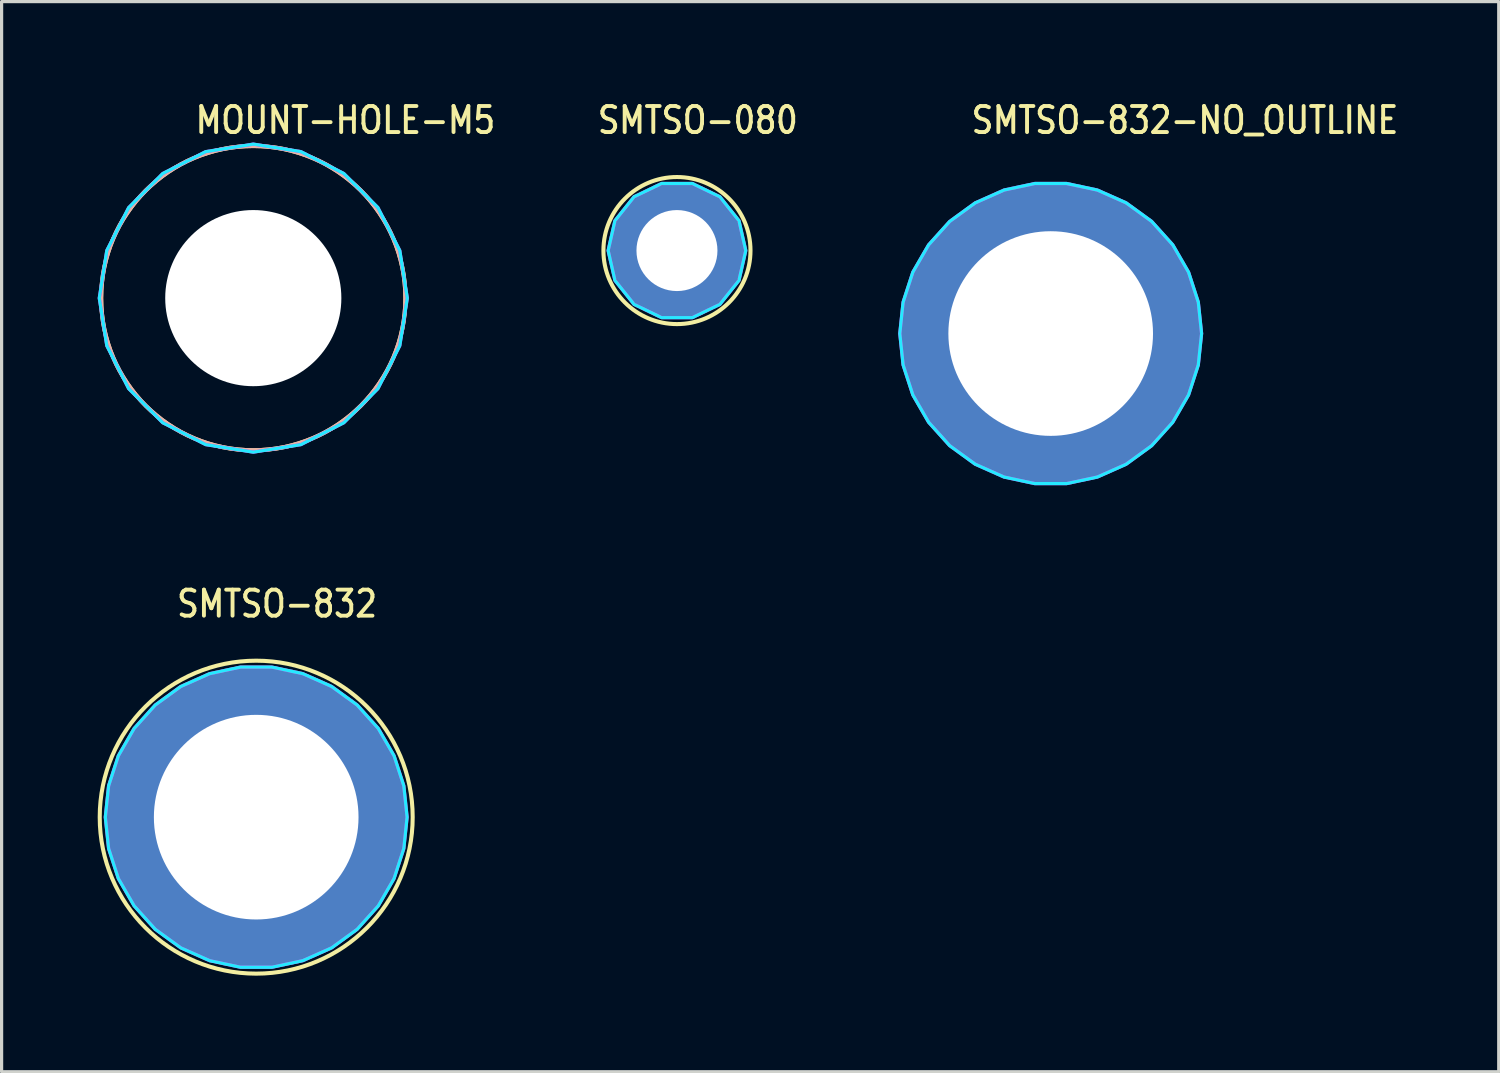
<source format=kicad_pcb>
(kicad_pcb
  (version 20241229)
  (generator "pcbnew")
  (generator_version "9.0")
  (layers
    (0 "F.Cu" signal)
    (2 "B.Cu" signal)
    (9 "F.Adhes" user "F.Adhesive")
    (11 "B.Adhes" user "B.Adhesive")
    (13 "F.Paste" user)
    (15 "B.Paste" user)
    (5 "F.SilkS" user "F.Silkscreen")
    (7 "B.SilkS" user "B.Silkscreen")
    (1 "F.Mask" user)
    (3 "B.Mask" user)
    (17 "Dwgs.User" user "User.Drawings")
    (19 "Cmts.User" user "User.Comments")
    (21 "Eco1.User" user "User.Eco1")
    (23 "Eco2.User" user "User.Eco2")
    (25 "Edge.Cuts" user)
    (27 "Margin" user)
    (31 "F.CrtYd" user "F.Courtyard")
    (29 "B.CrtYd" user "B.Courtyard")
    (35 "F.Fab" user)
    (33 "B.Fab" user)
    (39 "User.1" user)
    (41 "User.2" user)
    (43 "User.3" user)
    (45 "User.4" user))
  (footprint "MOUNT-HOLE-M5"
    (layer "F.Cu")
    (at 4.859 6.259)
    (property "Reference" "MOUNT-HOLE-M5" (at -1.87 -5.08 0) (unlocked yes) (layer "F.SilkS") (effects (font (size 0.813 0.695) (thickness 0.122)) (justify left bottom)))
    (fp_circle (center 0 0) (end 4.55 0) (stroke (width 0) (type solid)) (fill yes) (layer "F.Mask"))
    (fp_circle (center 0 0) (end 4.75 0) (stroke (width 0) (type solid)) (fill yes) (layer "F.Mask"))
    (fp_circle (center 0 0) (end 4.75 0) (stroke (width 0) (type solid)) (fill yes) (layer "F.Mask"))
    (fp_circle (center 0 0) (end 4.55 0) (stroke (width 0) (type solid)) (fill yes) (layer "B.Mask"))
    (fp_circle (center 0 0) (end 4.75 0) (stroke (width 0) (type solid)) (fill yes) (layer "B.Mask"))
    (fp_circle (center 0 0) (end 4.75 0) (stroke (width 0.127) (type solid)) (fill no) (layer "F.SilkS"))
    (fp_circle (center 0 0) (end 4.75 0) (stroke (width 0.127) (type solid)) (fill no) (layer "B.SilkS"))
    (fp_poly (pts (xy 4.809 0) (xy 4.574 -1.486) (xy 3.891 -2.827) (xy 2.827 -3.891) (xy 1.486 -4.574) (xy 0 -4.809) (xy -1.486 -4.574) (xy -2.827 -3.891) (xy -3.891 -2.827) (xy -4.574 -1.486) (xy -4.809 0) (xy -4.574 1.486) (xy -3.891 2.827) (xy -2.827 3.891) (xy -1.486 4.574) (xy 0 4.809) (xy 1.486 4.574) (xy 2.827 3.891) (xy 3.891 2.827) (xy 4.574 1.486)) (stroke (width 0.1) (type solid)) (fill no) (layer "B.CrtYd"))
    (fp_poly (pts (xy 4.809 0) (xy 4.574 -1.486) (xy 3.891 -2.827) (xy 2.827 -3.891) (xy 1.486 -4.574) (xy 0 -4.809) (xy -1.486 -4.574) (xy -2.827 -3.891) (xy -3.891 -2.827) (xy -4.574 -1.486) (xy -4.809 0) (xy -4.574 1.486) (xy -3.891 2.827) (xy -2.827 3.891) (xy -1.486 4.574) (xy 0 4.809) (xy 1.486 4.574) (xy 2.827 3.891) (xy 3.891 2.827) (xy 4.574 1.486)) (stroke (width 0.1) (type solid)) (fill no) (layer "F.CrtYd"))
    (pad "" np_thru_hole circle (at 0 0) (size 5.5 5.5) (drill 5.5) (layers "*.Cu" "*.Mask")))
  (footprint "SMTSO-080"
    (layer "F.Cu")
    (at 18.088 4.774)
    (property "Reference" "SMTSO-080" (at -2.54 -3.595 0) (unlocked yes) (layer "F.SilkS") (effects (font (size 0.813 0.695) (thickness 0.122)) (justify left bottom)))
    (fp_circle (center 0 0) (end 2.296 0) (stroke (width 0.127) (type solid)) (fill no) (layer "F.SilkS"))
    (fp_poly (pts (xy -1.946 -0.538) (xy 1.946 -0.538) (xy 1.228 -0.538) (xy -1.228 -0.538)) (stroke (width 0.076) (type solid)) (fill yes) (layer "F.Paste"))
    (fp_poly (pts (xy 1.946 0.538) (xy -1.946 0.538) (xy -1.228 0.538) (xy 1.228 0.538)) (stroke (width 0.076) (type solid)) (fill yes) (layer "F.Paste"))
    (fp_poly (pts (xy 2.149 0) (xy 1.937 -0.933) (xy 1.34 -1.68) (xy 0.478 -2.095) (xy -0.478 -2.095) (xy -1.34 -1.68) (xy -1.937 -0.933) (xy -2.149 0) (xy -1.937 0.933) (xy -1.34 1.68) (xy -0.478 2.095) (xy 0.478 2.095) (xy 1.34 1.68) (xy 1.937 0.933)) (stroke (width 0.1) (type solid)) (fill no) (layer "B.CrtYd"))
    (fp_poly (pts (xy 2.149 0) (xy 1.937 -0.933) (xy 1.34 -1.68) (xy 0.478 -2.095) (xy -0.478 -2.095) (xy -1.34 -1.68) (xy -1.937 -0.933) (xy -2.149 0) (xy -1.937 0.933) (xy -1.34 1.68) (xy -0.478 2.095) (xy 0.478 2.095) (xy 1.34 1.68) (xy 1.937 0.933)) (stroke (width 0.1) (type solid)) (fill no) (layer "F.CrtYd"))
    (pad "1" thru_hole oval (at 0 0) (size 4.191 4.191) (drill 2.529) (layers "*.Cu" "*.Mask")))
  (footprint "SMTSO-832"
    (layer "F.Cu")
    (at 4.95 22.466)
    (property "Reference" "SMTSO-832" (at -2.54 -6.186 0) (unlocked yes) (layer "F.SilkS") (effects (font (size 0.813 0.695) (thickness 0.122)) (justify left bottom)))
    (fp_circle (center 0 0) (end 4.886 0) (stroke (width 0.127) (type solid)) (fill no) (layer "F.SilkS"))
    (fp_poly (pts (xy -4.579 -0.538) (xy -0.538 -4.579) (xy -0.538 -3.227) (xy -3.227 -0.538)) (stroke (width 0.076) (type solid)) (fill yes) (layer "F.Paste"))
    (fp_poly (pts (xy -0.538 4.579) (xy -4.579 0.538) (xy -3.227 0.538) (xy -0.538 3.227)) (stroke (width 0.076) (type solid)) (fill yes) (layer "F.Paste"))
    (fp_poly (pts (xy 0.538 -4.579) (xy 4.579 -0.538) (xy 3.227 -0.538) (xy 0.538 -3.227)) (stroke (width 0.076) (type solid)) (fill yes) (layer "F.Paste"))
    (fp_poly (pts (xy 4.579 0.538) (xy 0.538 4.579) (xy 0.538 3.227) (xy 3.227 0.538)) (stroke (width 0.076) (type solid)) (fill yes) (layer "F.Paste"))
    (fp_poly (pts (xy 4.712 0) (xy 4.609 -0.98) (xy 4.305 -1.917) (xy 3.812 -2.77) (xy 3.153 -3.502) (xy 2.356 -4.081) (xy 1.456 -4.481) (xy 0.493 -4.686) (xy -0.493 -4.686) (xy -1.456 -4.481) (xy -2.356 -4.081) (xy -3.153 -3.502) (xy -3.812 -2.77) (xy -4.305 -1.917) (xy -4.609 -0.98) (xy -4.712 0) (xy -4.609 0.98) (xy -4.305 1.917) (xy -3.812 2.77) (xy -3.153 3.502) (xy -2.356 4.081) (xy -1.456 4.481) (xy -0.493 4.686) (xy 0.493 4.686) (xy 1.456 4.481) (xy 2.356 4.081) (xy 3.153 3.502) (xy 3.812 2.77) (xy 4.305 1.917) (xy 4.609 0.98)) (stroke (width 0.1) (type solid)) (fill no) (layer "B.CrtYd"))
    (fp_poly (pts (xy 4.712 0) (xy 4.609 -0.98) (xy 4.305 -1.917) (xy 3.812 -2.77) (xy 3.153 -3.502) (xy 2.356 -4.081) (xy 1.456 -4.481) (xy 0.493 -4.686) (xy -0.493 -4.686) (xy -1.456 -4.481) (xy -2.356 -4.081) (xy -3.153 -3.502) (xy -3.812 -2.77) (xy -4.305 -1.917) (xy -4.609 -0.98) (xy -4.712 0) (xy -4.609 0.98) (xy -4.305 1.917) (xy -3.812 2.77) (xy -3.153 3.502) (xy -2.356 4.081) (xy -1.456 4.481) (xy -0.493 4.686) (xy 0.493 4.686) (xy 1.456 4.481) (xy 2.356 4.081) (xy 3.153 3.502) (xy 3.812 2.77) (xy 4.305 1.917) (xy 4.609 0.98)) (stroke (width 0.1) (type solid)) (fill no) (layer "F.CrtYd"))
    (pad "1" thru_hole oval (at 0 0) (size 9.373 9.373) (drill 6.39) (layers "*.Cu" "*.Mask")))
  (footprint "SMTSO-832-NO_OUTLINE"
    (layer "F.Cu")
    (at 29.758 7.365)
    (property "Reference" "SMTSO-832-NO_OUTLINE" (at -2.54 -6.186 0) (unlocked yes) (layer "F.SilkS") (effects (font (size 0.813 0.695) (thickness 0.122)) (justify left bottom)))
    (fp_poly (pts (xy -4.579 -0.538) (xy 4.579 -0.538) (xy 3.227 -0.538) (xy -3.227 -0.538)) (stroke (width 0.076) (type solid)) (fill yes) (layer "F.Paste"))
    (fp_poly (pts (xy 4.579 0.538) (xy -4.579 0.538) (xy -3.227 0.538) (xy 3.227 0.538)) (stroke (width 0.076) (type solid)) (fill yes) (layer "F.Paste"))
    (fp_poly (pts (xy 4.712 0) (xy 4.609 -0.98) (xy 4.305 -1.917) (xy 3.812 -2.77) (xy 3.153 -3.502) (xy 2.356 -4.081) (xy 1.456 -4.481) (xy 0.493 -4.686) (xy -0.493 -4.686) (xy -1.456 -4.481) (xy -2.356 -4.081) (xy -3.153 -3.502) (xy -3.812 -2.77) (xy -4.305 -1.917) (xy -4.609 -0.98) (xy -4.712 0) (xy -4.609 0.98) (xy -4.305 1.917) (xy -3.812 2.77) (xy -3.153 3.502) (xy -2.356 4.081) (xy -1.456 4.481) (xy -0.493 4.686) (xy 0.493 4.686) (xy 1.456 4.481) (xy 2.356 4.081) (xy 3.153 3.502) (xy 3.812 2.77) (xy 4.305 1.917) (xy 4.609 0.98)) (stroke (width 0.1) (type solid)) (fill no) (layer "B.CrtYd"))
    (fp_poly (pts (xy 4.712 0) (xy 4.609 -0.98) (xy 4.305 -1.917) (xy 3.812 -2.77) (xy 3.153 -3.502) (xy 2.356 -4.081) (xy 1.456 -4.481) (xy 0.493 -4.686) (xy -0.493 -4.686) (xy -1.456 -4.481) (xy -2.356 -4.081) (xy -3.153 -3.502) (xy -3.812 -2.77) (xy -4.305 -1.917) (xy -4.609 -0.98) (xy -4.712 0) (xy -4.609 0.98) (xy -4.305 1.917) (xy -3.812 2.77) (xy -3.153 3.502) (xy -2.356 4.081) (xy -1.456 4.481) (xy -0.493 4.686) (xy 0.493 4.686) (xy 1.456 4.481) (xy 2.356 4.081) (xy 3.153 3.502) (xy 3.812 2.77) (xy 4.305 1.917) (xy 4.609 0.98)) (stroke (width 0.1) (type solid)) (fill no) (layer "F.CrtYd"))
    (pad "1" thru_hole oval (at 0 0) (size 9.373 9.373) (drill 6.39) (layers "*.Cu" "*.Mask")))
  (gr_rect
    (start -3 -3)
    (end 43.748 30.416)
    (stroke (width 0.1) (type default))
    (fill no)
    (layer "Edge.Cuts")))
</source>
